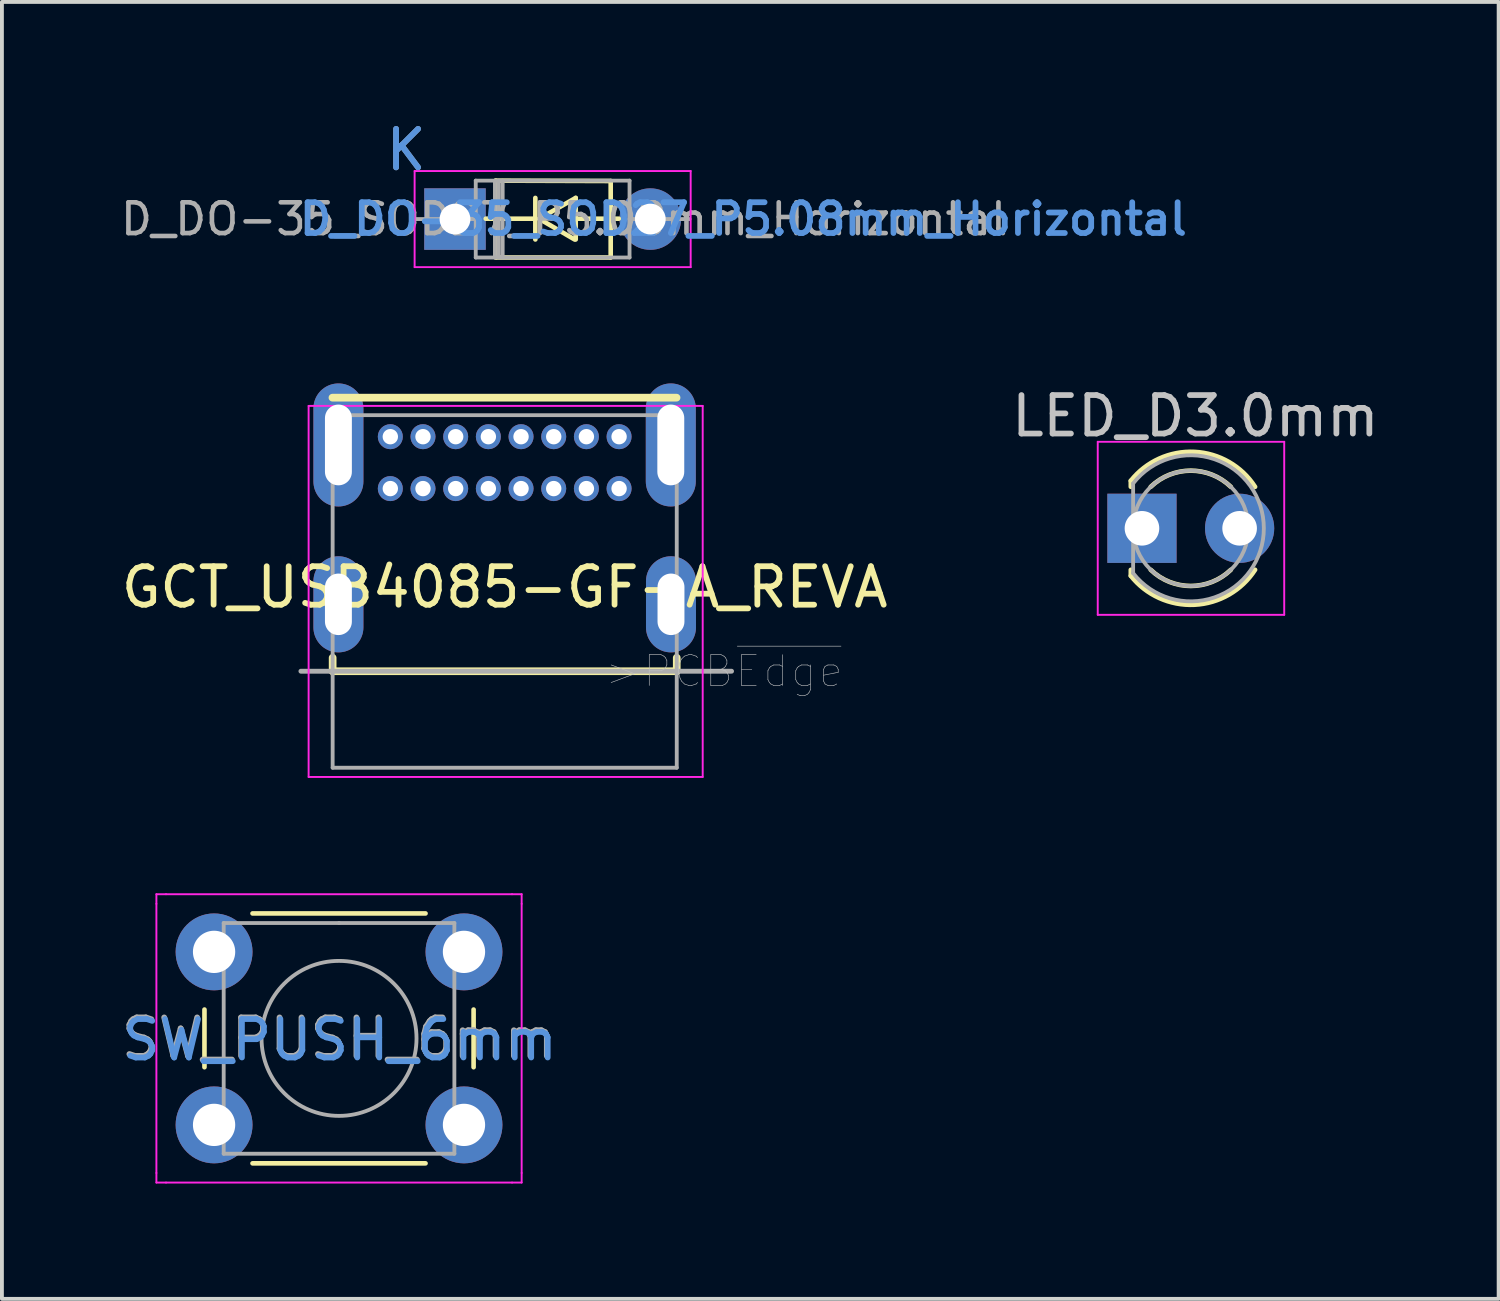
<source format=kicad_pcb>
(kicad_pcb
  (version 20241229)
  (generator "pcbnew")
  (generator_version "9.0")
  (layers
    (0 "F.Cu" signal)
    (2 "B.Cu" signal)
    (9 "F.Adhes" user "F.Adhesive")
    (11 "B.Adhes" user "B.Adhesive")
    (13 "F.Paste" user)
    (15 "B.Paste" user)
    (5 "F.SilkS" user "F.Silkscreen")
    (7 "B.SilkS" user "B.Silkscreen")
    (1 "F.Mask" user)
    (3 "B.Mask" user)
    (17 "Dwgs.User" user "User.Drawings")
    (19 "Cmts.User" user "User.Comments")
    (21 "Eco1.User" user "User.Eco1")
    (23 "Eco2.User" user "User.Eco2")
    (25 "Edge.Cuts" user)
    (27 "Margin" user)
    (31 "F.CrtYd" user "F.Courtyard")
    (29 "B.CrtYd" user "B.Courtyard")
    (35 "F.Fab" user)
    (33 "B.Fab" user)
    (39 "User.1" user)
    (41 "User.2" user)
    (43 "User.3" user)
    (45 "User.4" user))
  (footprint "D_DO-35_SOD27_P5.08mm_Horizontal"
    (layer "F.Cu")
    (at 7.514 2.648)
    (property "Reference" "D_DO-35_SOD27_P5.08mm_Horizontal" (at 8.77 0 0) (layer "Cmts.User") (effects (font (size 0.8 0.8) (thickness 0.15))))
    (attr through_hole)
    (fp_line (start 2.07 -0.01) (end 3.35 -0.01) (stroke (width 0.12) (type solid)) (layer "F.SilkS"))
    (fp_line (start 2.33 -1) (end 5.32 -0.99) (stroke (width 0.12) (type solid)) (layer "F.SilkS"))
    (fp_line (start 2.33 1) (end 2.33 -1) (stroke (width 0.12) (type solid)) (layer "F.SilkS"))
    (fp_line (start 2.34 1) (end 5.31 1) (stroke (width 0.12) (type solid)) (layer "F.SilkS"))
    (fp_line (start 3.36 0.53) (end 3.36 -0.55) (stroke (width 0.12) (type solid)) (layer "F.SilkS"))
    (fp_line (start 3.46 -0.01) (end 4.41 -0.55) (stroke (width 0.12) (type solid)) (layer "F.SilkS"))
    (fp_line (start 3.47 0) (end 4.38 0.53) (stroke (width 0.12) (type solid)) (layer "F.SilkS"))
    (fp_line (start 4.41 0.53) (end 4.41 -0.55) (stroke (width 0.12) (type solid)) (layer "F.SilkS"))
    (fp_line (start 5.32 1) (end 5.32 -0.99) (stroke (width 0.12) (type solid)) (layer "F.SilkS"))
    (fp_line (start 5.53 -0.01) (end 4.41 -0.01) (stroke (width 0.12) (type solid)) (layer "F.SilkS"))
    (fp_line (start 0.22 -1.25) (end 0.22 1.25) (stroke (width 0.05) (type solid)) (layer "F.CrtYd"))
    (fp_line (start 0.22 1.25) (end 7.4 1.25) (stroke (width 0.05) (type solid)) (layer "F.CrtYd"))
    (fp_line (start 7.4 -1.25) (end 0.22 -1.25) (stroke (width 0.05) (type solid)) (layer "F.CrtYd"))
    (fp_line (start 7.4 1.25) (end 7.4 -1.25) (stroke (width 0.05) (type solid)) (layer "F.CrtYd"))
    (fp_line (start 0.25 0) (end 1.81 0) (stroke (width 0.1) (type solid)) (layer "F.Fab"))
    (fp_line (start 1.81 -1) (end 1.81 1) (stroke (width 0.1) (type solid)) (layer "F.Fab"))
    (fp_line (start 1.81 1) (end 5.81 1) (stroke (width 0.1) (type solid)) (layer "F.Fab"))
    (fp_line (start 2.31 -1) (end 2.31 1) (stroke (width 0.1) (type solid)) (layer "F.Fab"))
    (fp_line (start 2.41 -1) (end 2.41 1) (stroke (width 0.1) (type solid)) (layer "F.Fab"))
    (fp_line (start 2.51 -1) (end 2.51 1) (stroke (width 0.1) (type solid)) (layer "F.Fab"))
    (fp_line (start 5.81 -1) (end 1.81 -1) (stroke (width 0.1) (type solid)) (layer "F.Fab"))
    (fp_line (start 5.81 1) (end 5.81 -1) (stroke (width 0.1) (type solid)) (layer "F.Fab"))
    (fp_line (start 7.37 0) (end 5.81 0) (stroke (width 0.1) (type solid)) (layer "F.Fab"))
    (fp_text user "K" (at 0 -1.8 0) (layer "Cmts.User") (effects (font (size 1 1) (thickness 0.15))))
    (fp_text user "K" (at 0 -1.8 0) (layer "F.Fab") (effects (font (size 1 1) (thickness 0.15))))
    (fp_text user "${REFERENCE}" (at 4.11 0 0) (layer "F.Fab") (effects (font (size 0.8 0.8) (thickness 0.12))))
    (pad "1" thru_hole rect (at 1.27 0) (size 1.6 1.6) (drill 0.8) (layers "*.Cu" "*.Mask"))
    (pad "2" thru_hole oval (at 6.35 0) (size 1.6 1.6) (drill 0.8) (layers "*.Cu" "*.Mask")))
  (footprint "GCT_USB4085-GF-A_REVA"
    (layer "F.Cu")
    (at 10.077 12.333)
    (property "Reference" "GCT_USB4085-GF-A_REVA" (at 0 -0.11 0) (layer "F.SilkS") (effects (font (size 1 1) (thickness 0.15))))
    (attr through_hole)
    (fp_line (start -4.48 -5.04) (end 4.47 -5.04) (stroke (width 0.2) (type solid)) (layer "F.SilkS"))
    (fp_line (start -4.475 1.725) (end -4.475 2.075) (stroke (width 0.2) (type solid)) (layer "F.SilkS"))
    (fp_line (start -4.475 2.075) (end 4.475 2.075) (stroke (width 0.2) (type solid)) (layer "F.SilkS"))
    (fp_line (start 4.475 2.075) (end 4.475 1.725) (stroke (width 0.2) (type solid)) (layer "F.SilkS"))
    (fp_line (start -5.1 -4.825) (end 5.15 -4.825) (stroke (width 0.05) (type solid)) (layer "F.CrtYd"))
    (fp_line (start -5.1 4.825) (end -5.1 -4.825) (stroke (width 0.05) (type solid)) (layer "F.CrtYd"))
    (fp_line (start 5.15 -4.825) (end 5.15 4.825) (stroke (width 0.05) (type solid)) (layer "F.CrtYd"))
    (fp_line (start 5.15 4.825) (end -5.1 4.825) (stroke (width 0.05) (type solid)) (layer "F.CrtYd"))
    (fp_line (start -5.3 2.075) (end 5.9 2.075) (stroke (width 0.127) (type solid)) (layer "F.Fab"))
    (fp_line (start -4.475 -4.585) (end 4.475 -4.585) (stroke (width 0.1) (type solid)) (layer "F.Fab"))
    (fp_line (start -4.475 4.585) (end -4.475 -4.585) (stroke (width 0.1) (type solid)) (layer "F.Fab"))
    (fp_line (start 4.475 -4.585) (end 4.475 4.585) (stroke (width 0.1) (type solid)) (layer "F.Fab"))
    (fp_line (start 4.475 4.585) (end -4.475 4.585) (stroke (width 0.1) (type solid)) (layer "F.Fab"))
    (fp_text user ">PCB~{Edge}" (at 5.703 2.076 0) (layer "Dwgs.User") (effects (font (size 0.8 0.8) (thickness 0.015))))
    (pad "A1" thru_hole circle (at -2.975 -4.025) (size 0.65 0.65) (drill 0.4) (layers "*.Cu" "*.Mask"))
    (pad "A4" thru_hole circle (at -2.125 -4.025) (size 0.65 0.65) (drill 0.4) (layers "*.Cu" "*.Mask"))
    (pad "A5" thru_hole circle (at -1.275 -4.025) (size 0.65 0.65) (drill 0.4) (layers "*.Cu" "*.Mask"))
    (pad "A6" thru_hole circle (at -0.425 -4.025) (size 0.65 0.65) (drill 0.4) (layers "*.Cu" "*.Mask"))
    (pad "A7" thru_hole circle (at 0.425 -4.025) (size 0.65 0.65) (drill 0.4) (layers "*.Cu" "*.Mask"))
    (pad "A8" thru_hole circle (at 1.275 -4.025) (size 0.65 0.65) (drill 0.4) (layers "*.Cu" "*.Mask"))
    (pad "A9" thru_hole circle (at 2.125 -4.025) (size 0.65 0.65) (drill 0.4) (layers "*.Cu" "*.Mask"))
    (pad "A12" thru_hole circle (at 2.975 -4.025) (size 0.65 0.65) (drill 0.4) (layers "*.Cu" "*.Mask"))
    (pad "B1" thru_hole circle (at 2.975 -2.675) (size 0.65 0.65) (drill 0.4) (layers "*.Cu" "*.Mask"))
    (pad "B4" thru_hole circle (at 2.125 -2.675) (size 0.65 0.65) (drill 0.4) (layers "*.Cu" "*.Mask"))
    (pad "B5" thru_hole circle (at 1.275 -2.675) (size 0.65 0.65) (drill 0.4) (layers "*.Cu" "*.Mask"))
    (pad "B6" thru_hole circle (at 0.425 -2.675) (size 0.65 0.65) (drill 0.4) (layers "*.Cu" "*.Mask"))
    (pad "B7" thru_hole circle (at -0.425 -2.675) (size 0.65 0.65) (drill 0.4) (layers "*.Cu" "*.Mask"))
    (pad "B8" thru_hole circle (at -1.275 -2.675) (size 0.65 0.65) (drill 0.4) (layers "*.Cu" "*.Mask"))
    (pad "B9" thru_hole circle (at -2.125 -2.675) (size 0.65 0.65) (drill 0.4) (layers "*.Cu" "*.Mask"))
    (pad "B12" thru_hole circle (at -2.975 -2.675) (size 0.65 0.65) (drill 0.4) (layers "*.Cu" "*.Mask"))
    (pad "P1" thru_hole oval (at -4.325 -3.81) (size 1.3 3.2) (drill oval 0.7 2.1) (layers "*.Cu" "*.Mask"))
    (pad "P2" thru_hole oval (at 4.32 -3.81) (size 1.3 3.2) (drill oval 0.7 2.1) (layers "*.Cu" "*.Mask"))
    (pad "P3" thru_hole oval (at 4.325 0.335) (size 1.3 2.5) (drill oval 0.7 1.6) (layers "*.Cu" "*.Mask"))
    (pad "P4" thru_hole oval (at -4.325 0.335) (size 1.3 2.5) (drill oval 0.7 1.6) (layers "*.Cu" "*.Mask")))
  (footprint "SW_PUSH_6mm"
    (layer "F.Cu")
    (at 2.518 21.708)
    (property "Reference" "SW_PUSH_6mm" (at 3.272 2.292 0) (layer "Cmts.User") (effects (font (size 1 1) (thickness 0.15))))
    (attr through_hole)
    (fp_line (start -0.25 1.5) (end -0.25 3) (stroke (width 0.12) (type solid)) (layer "F.SilkS"))
    (fp_line (start 1 5.5) (end 5.5 5.5) (stroke (width 0.12) (type solid)) (layer "F.SilkS"))
    (fp_line (start 5.5 -1) (end 1 -1) (stroke (width 0.12) (type solid)) (layer "F.SilkS"))
    (fp_line (start 6.75 3) (end 6.75 1.5) (stroke (width 0.12) (type solid)) (layer "F.SilkS"))
    (fp_line (start -1.5 -1.5) (end -1.25 -1.5) (stroke (width 0.05) (type solid)) (layer "F.CrtYd"))
    (fp_line (start -1.5 -1.25) (end -1.5 -1.5) (stroke (width 0.05) (type solid)) (layer "F.CrtYd"))
    (fp_line (start -1.5 5.75) (end -1.5 -1.25) (stroke (width 0.05) (type solid)) (layer "F.CrtYd"))
    (fp_line (start -1.5 5.75) (end -1.5 6) (stroke (width 0.05) (type solid)) (layer "F.CrtYd"))
    (fp_line (start -1.5 6) (end -1.25 6) (stroke (width 0.05) (type solid)) (layer "F.CrtYd"))
    (fp_line (start -1.25 -1.5) (end 7.75 -1.5) (stroke (width 0.05) (type solid)) (layer "F.CrtYd"))
    (fp_line (start 7.75 -1.5) (end 8 -1.5) (stroke (width 0.05) (type solid)) (layer "F.CrtYd"))
    (fp_line (start 7.75 6) (end -1.25 6) (stroke (width 0.05) (type solid)) (layer "F.CrtYd"))
    (fp_line (start 7.75 6) (end 8 6) (stroke (width 0.05) (type solid)) (layer "F.CrtYd"))
    (fp_line (start 8 -1.5) (end 8 -1.25) (stroke (width 0.05) (type solid)) (layer "F.CrtYd"))
    (fp_line (start 8 -1.25) (end 8 5.75) (stroke (width 0.05) (type solid)) (layer "F.CrtYd"))
    (fp_line (start 8 6) (end 8 5.75) (stroke (width 0.05) (type solid)) (layer "F.CrtYd"))
    (fp_line (start 0.25 -0.75) (end 3.25 -0.75) (stroke (width 0.1) (type solid)) (layer "F.Fab"))
    (fp_line (start 0.25 5.25) (end 0.25 -0.75) (stroke (width 0.1) (type solid)) (layer "F.Fab"))
    (fp_line (start 3.25 -0.75) (end 6.25 -0.75) (stroke (width 0.1) (type solid)) (layer "F.Fab"))
    (fp_line (start 6.25 -0.75) (end 6.25 5.25) (stroke (width 0.1) (type solid)) (layer "F.Fab"))
    (fp_line (start 6.25 5.25) (end 0.25 5.25) (stroke (width 0.1) (type solid)) (layer "F.Fab"))
    (fp_circle (center 3.25 2.25) (end 1.25 2.5) (stroke (width 0.1) (type solid)) (fill no) (layer "F.Fab"))
    (fp_text user "${REFERENCE}" (at 3.25 2.25 0) (layer "F.Fab") (effects (font (size 1 1) (thickness 0.15))))
    (pad "1" thru_hole circle (at 0 0 90) (size 2 2) (drill 1.1) (layers "*.Cu" "*.Mask"))
    (pad "1" thru_hole circle (at 6.5 0 90) (size 2 2) (drill 1.1) (layers "*.Cu" "*.Mask"))
    (pad "2" thru_hole circle (at 0 4.5 90) (size 2 2) (drill 1.1) (layers "*.Cu" "*.Mask"))
    (pad "2" thru_hole circle (at 6.5 4.5 90) (size 2 2) (drill 1.1) (layers "*.Cu" "*.Mask")))
  (footprint "LED_D3.0mm"
    (layer "F.Cu")
    (at 26.652 10.691)
    (property "Reference" "LED_D3.0mm" (at 1.39 -2.92 0) (layer "Dwgs.User") (effects (font (size 1 1) (thickness 0.15))))
    (attr through_hole)
    (fp_line (start -0.29 -1.236) (end -0.29 -1.08) (stroke (width 0.12) (type solid)) (layer "F.SilkS"))
    (fp_line (start -0.29 1.08) (end -0.29 1.236) (stroke (width 0.12) (type solid)) (layer "F.SilkS"))
    (fp_arc (start -0.29 -1.235516) (mid 1.366487 -1.987659) (end 2.942335 -1.078608) (stroke (width 0.12) (type solid)) (layer "F.SilkS"))
    (fp_arc (start 0.229039 -1.08) (mid 1.270117 -1.5) (end 2.31113 -1.079837) (stroke (width 0.12) (type solid)) (layer "F.SilkS"))
    (fp_arc (start 2.31113 1.079837) (mid 1.270117 1.5) (end 0.229039 1.08) (stroke (width 0.12) (type solid)) (layer "F.SilkS"))
    (fp_arc (start 2.942335 1.078608) (mid 1.366487 1.987659) (end -0.29 1.235516) (stroke (width 0.12) (type solid)) (layer "F.SilkS"))
    (fp_line (start -1.15 -2.25) (end -1.15 2.25) (stroke (width 0.05) (type solid)) (layer "F.CrtYd"))
    (fp_line (start -1.15 2.25) (end 3.7 2.25) (stroke (width 0.05) (type solid)) (layer "F.CrtYd"))
    (fp_line (start 3.7 -2.25) (end -1.15 -2.25) (stroke (width 0.05) (type solid)) (layer "F.CrtYd"))
    (fp_line (start 3.7 2.25) (end 3.7 -2.25) (stroke (width 0.05) (type solid)) (layer "F.CrtYd"))
    (fp_line (start -0.23 -1.166) (end -0.23 1.166) (stroke (width 0.1) (type solid)) (layer "F.Fab"))
    (fp_arc (start -0.23 -1.16619) (mid 3.17 0.000452) (end -0.230555 1.165476) (stroke (width 0.1) (type solid)) (layer "F.Fab"))
    (fp_circle (center 1.27 0) (end 2.77 0) (stroke (width 0.1) (type solid)) (fill no) (layer "F.Fab"))
    (pad "1" thru_hole rect (at 0 0) (size 1.8 1.8) (drill 0.9) (layers "*.Cu" "*.Mask"))
    (pad "2" thru_hole circle (at 2.54 0) (size 1.8 1.8) (drill 0.9) (layers "*.Cu" "*.Mask")))
  (gr_rect
    (start -3 -3)
    (end 35.929 30.733)
    (stroke (width 0.1) (type default))
    (fill no)
    (layer "Edge.Cuts")))
</source>
